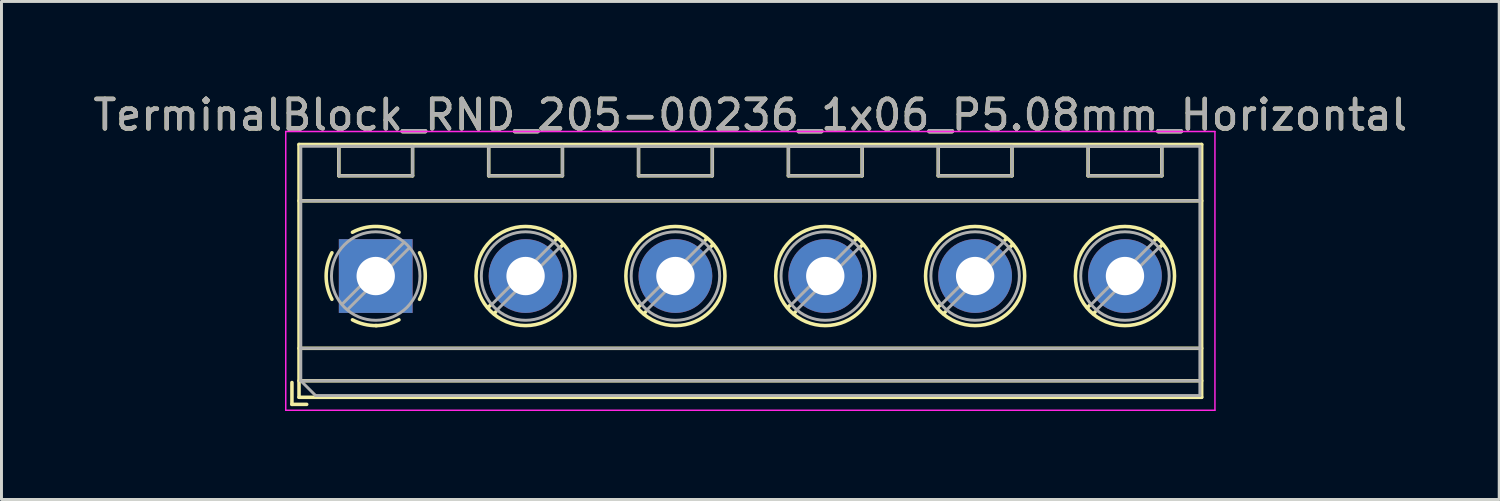
<source format=kicad_pcb>
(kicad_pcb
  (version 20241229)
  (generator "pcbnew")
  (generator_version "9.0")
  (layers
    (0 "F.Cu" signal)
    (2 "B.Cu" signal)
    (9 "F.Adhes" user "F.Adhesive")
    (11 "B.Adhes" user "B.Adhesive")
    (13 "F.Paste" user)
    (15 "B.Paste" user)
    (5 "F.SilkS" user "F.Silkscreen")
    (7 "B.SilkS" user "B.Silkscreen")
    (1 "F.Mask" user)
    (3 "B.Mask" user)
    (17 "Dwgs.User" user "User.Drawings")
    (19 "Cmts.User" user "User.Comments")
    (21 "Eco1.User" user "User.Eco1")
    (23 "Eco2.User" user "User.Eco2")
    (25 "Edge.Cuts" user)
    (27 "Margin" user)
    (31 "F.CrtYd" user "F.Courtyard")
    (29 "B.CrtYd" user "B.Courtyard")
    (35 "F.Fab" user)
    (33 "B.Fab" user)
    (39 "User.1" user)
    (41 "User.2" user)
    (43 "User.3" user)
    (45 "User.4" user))
  (footprint "TerminalBlock_RND_205-00236_1x06_P5.08mm_Horizontal"
    (layer "F.Cu")
    (at 9.687 6.308)
    (property "Reference" "TerminalBlock_RND_205-00236_1x06_P5.08mm_Horizontal" (at 12.7 -5.46 0) (layer "F.SilkS") (effects (font (size 1 1) (thickness 0.15))))
    (attr through_hole)
    (fp_line (start -2.84 3.61) (end -2.84 4.35) (stroke (width 0.12) (type solid)) (layer "F.SilkS"))
    (fp_line (start -2.84 4.35) (end -2.34 4.35) (stroke (width 0.12) (type solid)) (layer "F.SilkS"))
    (fp_line (start -2.6 -4.46) (end -2.6 4.11) (stroke (width 0.12) (type solid)) (layer "F.SilkS"))
    (fp_line (start -2.6 -4.46) (end 28 -4.46) (stroke (width 0.12) (type solid)) (layer "F.SilkS"))
    (fp_line (start -2.6 -2.55) (end 28 -2.55) (stroke (width 0.12) (type solid)) (layer "F.SilkS"))
    (fp_line (start -2.6 2.45) (end 28 2.45) (stroke (width 0.12) (type solid)) (layer "F.SilkS"))
    (fp_line (start -2.6 3.55) (end 28 3.55) (stroke (width 0.12) (type solid)) (layer "F.SilkS"))
    (fp_line (start -2.6 4.11) (end 28 4.11) (stroke (width 0.12) (type solid)) (layer "F.SilkS"))
    (fp_line (start -1.25 -4.4) (end -1.25 -3.4) (stroke (width 0.12) (type solid)) (layer "F.SilkS"))
    (fp_line (start -1.25 -4.4) (end 1.25 -4.4) (stroke (width 0.12) (type solid)) (layer "F.SilkS"))
    (fp_line (start -1.25 -3.4) (end 1.25 -3.4) (stroke (width 0.12) (type solid)) (layer "F.SilkS"))
    (fp_line (start 1.25 -4.4) (end 1.25 -3.4) (stroke (width 0.12) (type solid)) (layer "F.SilkS"))
    (fp_line (start 3.83 -4.4) (end 3.83 -3.4) (stroke (width 0.12) (type solid)) (layer "F.SilkS"))
    (fp_line (start 3.83 -4.4) (end 6.33 -4.4) (stroke (width 0.12) (type solid)) (layer "F.SilkS"))
    (fp_line (start 3.83 -3.4) (end 6.33 -3.4) (stroke (width 0.12) (type solid)) (layer "F.SilkS"))
    (fp_line (start 3.9 0.976) (end 3.806 1.069) (stroke (width 0.12) (type solid)) (layer "F.SilkS"))
    (fp_line (start 4.07 1.216) (end 4.011 1.274) (stroke (width 0.12) (type solid)) (layer "F.SilkS"))
    (fp_line (start 6.15 -1.275) (end 6.091 -1.216) (stroke (width 0.12) (type solid)) (layer "F.SilkS"))
    (fp_line (start 6.33 -4.4) (end 6.33 -3.4) (stroke (width 0.12) (type solid)) (layer "F.SilkS"))
    (fp_line (start 6.355 -1.069) (end 6.261 -0.976) (stroke (width 0.12) (type solid)) (layer "F.SilkS"))
    (fp_line (start 8.91 -4.4) (end 8.91 -3.4) (stroke (width 0.12) (type solid)) (layer "F.SilkS"))
    (fp_line (start 8.91 -4.4) (end 11.41 -4.4) (stroke (width 0.12) (type solid)) (layer "F.SilkS"))
    (fp_line (start 8.91 -3.4) (end 11.41 -3.4) (stroke (width 0.12) (type solid)) (layer "F.SilkS"))
    (fp_line (start 8.98 0.976) (end 8.886 1.069) (stroke (width 0.12) (type solid)) (layer "F.SilkS"))
    (fp_line (start 9.15 1.216) (end 9.091 1.274) (stroke (width 0.12) (type solid)) (layer "F.SilkS"))
    (fp_line (start 11.23 -1.275) (end 11.171 -1.216) (stroke (width 0.12) (type solid)) (layer "F.SilkS"))
    (fp_line (start 11.41 -4.4) (end 11.41 -3.4) (stroke (width 0.12) (type solid)) (layer "F.SilkS"))
    (fp_line (start 11.435 -1.069) (end 11.341 -0.976) (stroke (width 0.12) (type solid)) (layer "F.SilkS"))
    (fp_line (start 13.99 -4.4) (end 13.99 -3.4) (stroke (width 0.12) (type solid)) (layer "F.SilkS"))
    (fp_line (start 13.99 -4.4) (end 16.49 -4.4) (stroke (width 0.12) (type solid)) (layer "F.SilkS"))
    (fp_line (start 13.99 -3.4) (end 16.49 -3.4) (stroke (width 0.12) (type solid)) (layer "F.SilkS"))
    (fp_line (start 14.06 0.976) (end 13.966 1.069) (stroke (width 0.12) (type solid)) (layer "F.SilkS"))
    (fp_line (start 14.23 1.216) (end 14.171 1.274) (stroke (width 0.12) (type solid)) (layer "F.SilkS"))
    (fp_line (start 16.31 -1.275) (end 16.251 -1.216) (stroke (width 0.12) (type solid)) (layer "F.SilkS"))
    (fp_line (start 16.49 -4.4) (end 16.49 -3.4) (stroke (width 0.12) (type solid)) (layer "F.SilkS"))
    (fp_line (start 16.515 -1.069) (end 16.421 -0.976) (stroke (width 0.12) (type solid)) (layer "F.SilkS"))
    (fp_line (start 19.07 -4.4) (end 19.07 -3.4) (stroke (width 0.12) (type solid)) (layer "F.SilkS"))
    (fp_line (start 19.07 -4.4) (end 21.57 -4.4) (stroke (width 0.12) (type solid)) (layer "F.SilkS"))
    (fp_line (start 19.07 -3.4) (end 21.57 -3.4) (stroke (width 0.12) (type solid)) (layer "F.SilkS"))
    (fp_line (start 19.14 0.976) (end 19.046 1.069) (stroke (width 0.12) (type solid)) (layer "F.SilkS"))
    (fp_line (start 19.31 1.216) (end 19.251 1.274) (stroke (width 0.12) (type solid)) (layer "F.SilkS"))
    (fp_line (start 21.39 -1.275) (end 21.331 -1.216) (stroke (width 0.12) (type solid)) (layer "F.SilkS"))
    (fp_line (start 21.57 -4.4) (end 21.57 -3.4) (stroke (width 0.12) (type solid)) (layer "F.SilkS"))
    (fp_line (start 21.595 -1.069) (end 21.501 -0.976) (stroke (width 0.12) (type solid)) (layer "F.SilkS"))
    (fp_line (start 24.15 -4.4) (end 24.15 -3.4) (stroke (width 0.12) (type solid)) (layer "F.SilkS"))
    (fp_line (start 24.15 -4.4) (end 26.65 -4.4) (stroke (width 0.12) (type solid)) (layer "F.SilkS"))
    (fp_line (start 24.15 -3.4) (end 26.65 -3.4) (stroke (width 0.12) (type solid)) (layer "F.SilkS"))
    (fp_line (start 24.22 0.976) (end 24.126 1.069) (stroke (width 0.12) (type solid)) (layer "F.SilkS"))
    (fp_line (start 24.39 1.216) (end 24.331 1.274) (stroke (width 0.12) (type solid)) (layer "F.SilkS"))
    (fp_line (start 26.47 -1.275) (end 26.411 -1.216) (stroke (width 0.12) (type solid)) (layer "F.SilkS"))
    (fp_line (start 26.65 -4.4) (end 26.65 -3.4) (stroke (width 0.12) (type solid)) (layer "F.SilkS"))
    (fp_line (start 26.675 -1.069) (end 26.581 -0.976) (stroke (width 0.12) (type solid)) (layer "F.SilkS"))
    (fp_line (start 28 -4.46) (end 28 4.11) (stroke (width 0.12) (type solid)) (layer "F.SilkS"))
    (fp_arc (start -1.483953 0.789089) (mid -1.680708 0.00005) (end -1.484 -0.789) (stroke (width 0.12) (type solid)) (layer "F.SilkS"))
    (fp_arc (start -0.789089 -1.483953) (mid -0.00005 -1.680708) (end 0.789 -1.484) (stroke (width 0.12) (type solid)) (layer "F.SilkS"))
    (fp_arc (start 0.029383 1.68045) (mid -0.392304 1.634281) (end -0.789 1.484) (stroke (width 0.12) (type solid)) (layer "F.SilkS"))
    (fp_arc (start 0.788712 1.483352) (mid 0.406429 1.630097) (end 0 1.68) (stroke (width 0.12) (type solid)) (layer "F.SilkS"))
    (fp_arc (start 1.483953 -0.789089) (mid 1.680708 -0.00005) (end 1.484 0.789) (stroke (width 0.12) (type solid)) (layer "F.SilkS"))
    (fp_circle (center 5.08 0) (end 6.76 0) (stroke (width 0.12) (type solid)) (fill no) (layer "F.SilkS"))
    (fp_circle (center 10.16 0) (end 11.84 0) (stroke (width 0.12) (type solid)) (fill no) (layer "F.SilkS"))
    (fp_circle (center 15.24 0) (end 16.92 0) (stroke (width 0.12) (type solid)) (fill no) (layer "F.SilkS"))
    (fp_circle (center 20.32 0) (end 22 0) (stroke (width 0.12) (type solid)) (fill no) (layer "F.SilkS"))
    (fp_circle (center 25.4 0) (end 27.08 0) (stroke (width 0.12) (type solid)) (fill no) (layer "F.SilkS"))
    (fp_line (start -3.05 -4.9) (end -3.05 4.55) (stroke (width 0.05) (type solid)) (layer "F.CrtYd"))
    (fp_line (start -3.05 4.55) (end 28.45 4.55) (stroke (width 0.05) (type solid)) (layer "F.CrtYd"))
    (fp_line (start 28.45 -4.9) (end -3.05 -4.9) (stroke (width 0.05) (type solid)) (layer "F.CrtYd"))
    (fp_line (start 28.45 4.55) (end 28.45 -4.9) (stroke (width 0.05) (type solid)) (layer "F.CrtYd"))
    (fp_line (start -2.54 -4.4) (end 27.94 -4.4) (stroke (width 0.1) (type solid)) (layer "F.Fab"))
    (fp_line (start -2.54 -2.55) (end 27.94 -2.55) (stroke (width 0.1) (type solid)) (layer "F.Fab"))
    (fp_line (start -2.54 2.45) (end 27.94 2.45) (stroke (width 0.1) (type solid)) (layer "F.Fab"))
    (fp_line (start -2.54 3.55) (end -2.54 -4.4) (stroke (width 0.1) (type solid)) (layer "F.Fab"))
    (fp_line (start -2.54 3.55) (end 27.94 3.55) (stroke (width 0.1) (type solid)) (layer "F.Fab"))
    (fp_line (start -2.04 4.05) (end -2.54 3.55) (stroke (width 0.1) (type solid)) (layer "F.Fab"))
    (fp_line (start -1.25 -4.4) (end -1.25 -3.4) (stroke (width 0.1) (type solid)) (layer "F.Fab"))
    (fp_line (start -1.25 -3.4) (end 1.25 -3.4) (stroke (width 0.1) (type solid)) (layer "F.Fab"))
    (fp_line (start 0.955 -1.138) (end -1.138 0.955) (stroke (width 0.1) (type solid)) (layer "F.Fab"))
    (fp_line (start 1.138 -0.955) (end -0.955 1.138) (stroke (width 0.1) (type solid)) (layer "F.Fab"))
    (fp_line (start 1.25 -4.4) (end -1.25 -4.4) (stroke (width 0.1) (type solid)) (layer "F.Fab"))
    (fp_line (start 1.25 -3.4) (end 1.25 -4.4) (stroke (width 0.1) (type solid)) (layer "F.Fab"))
    (fp_line (start 3.83 -4.4) (end 3.83 -3.4) (stroke (width 0.1) (type solid)) (layer "F.Fab"))
    (fp_line (start 3.83 -3.4) (end 6.33 -3.4) (stroke (width 0.1) (type solid)) (layer "F.Fab"))
    (fp_line (start 6.035 -1.138) (end 3.943 0.955) (stroke (width 0.1) (type solid)) (layer "F.Fab"))
    (fp_line (start 6.218 -0.955) (end 4.126 1.138) (stroke (width 0.1) (type solid)) (layer "F.Fab"))
    (fp_line (start 6.33 -4.4) (end 3.83 -4.4) (stroke (width 0.1) (type solid)) (layer "F.Fab"))
    (fp_line (start 6.33 -3.4) (end 6.33 -4.4) (stroke (width 0.1) (type solid)) (layer "F.Fab"))
    (fp_line (start 8.91 -4.4) (end 8.91 -3.4) (stroke (width 0.1) (type solid)) (layer "F.Fab"))
    (fp_line (start 8.91 -3.4) (end 11.41 -3.4) (stroke (width 0.1) (type solid)) (layer "F.Fab"))
    (fp_line (start 11.115 -1.138) (end 9.023 0.955) (stroke (width 0.1) (type solid)) (layer "F.Fab"))
    (fp_line (start 11.298 -0.955) (end 9.206 1.138) (stroke (width 0.1) (type solid)) (layer "F.Fab"))
    (fp_line (start 11.41 -4.4) (end 8.91 -4.4) (stroke (width 0.1) (type solid)) (layer "F.Fab"))
    (fp_line (start 11.41 -3.4) (end 11.41 -4.4) (stroke (width 0.1) (type solid)) (layer "F.Fab"))
    (fp_line (start 13.99 -4.4) (end 13.99 -3.4) (stroke (width 0.1) (type solid)) (layer "F.Fab"))
    (fp_line (start 13.99 -3.4) (end 16.49 -3.4) (stroke (width 0.1) (type solid)) (layer "F.Fab"))
    (fp_line (start 16.195 -1.138) (end 14.103 0.955) (stroke (width 0.1) (type solid)) (layer "F.Fab"))
    (fp_line (start 16.378 -0.955) (end 14.286 1.138) (stroke (width 0.1) (type solid)) (layer "F.Fab"))
    (fp_line (start 16.49 -4.4) (end 13.99 -4.4) (stroke (width 0.1) (type solid)) (layer "F.Fab"))
    (fp_line (start 16.49 -3.4) (end 16.49 -4.4) (stroke (width 0.1) (type solid)) (layer "F.Fab"))
    (fp_line (start 19.07 -4.4) (end 19.07 -3.4) (stroke (width 0.1) (type solid)) (layer "F.Fab"))
    (fp_line (start 19.07 -3.4) (end 21.57 -3.4) (stroke (width 0.1) (type solid)) (layer "F.Fab"))
    (fp_line (start 21.275 -1.138) (end 19.183 0.955) (stroke (width 0.1) (type solid)) (layer "F.Fab"))
    (fp_line (start 21.458 -0.955) (end 19.366 1.138) (stroke (width 0.1) (type solid)) (layer "F.Fab"))
    (fp_line (start 21.57 -4.4) (end 19.07 -4.4) (stroke (width 0.1) (type solid)) (layer "F.Fab"))
    (fp_line (start 21.57 -3.4) (end 21.57 -4.4) (stroke (width 0.1) (type solid)) (layer "F.Fab"))
    (fp_line (start 24.15 -4.4) (end 24.15 -3.4) (stroke (width 0.1) (type solid)) (layer "F.Fab"))
    (fp_line (start 24.15 -3.4) (end 26.65 -3.4) (stroke (width 0.1) (type solid)) (layer "F.Fab"))
    (fp_line (start 26.355 -1.138) (end 24.263 0.955) (stroke (width 0.1) (type solid)) (layer "F.Fab"))
    (fp_line (start 26.538 -0.955) (end 24.446 1.138) (stroke (width 0.1) (type solid)) (layer "F.Fab"))
    (fp_line (start 26.65 -4.4) (end 24.15 -4.4) (stroke (width 0.1) (type solid)) (layer "F.Fab"))
    (fp_line (start 26.65 -3.4) (end 26.65 -4.4) (stroke (width 0.1) (type solid)) (layer "F.Fab"))
    (fp_line (start 27.94 -4.4) (end 27.94 4.05) (stroke (width 0.1) (type solid)) (layer "F.Fab"))
    (fp_line (start 27.94 4.05) (end -2.04 4.05) (stroke (width 0.1) (type solid)) (layer "F.Fab"))
    (fp_circle (center 0 0) (end 1.5 0) (stroke (width 0.1) (type solid)) (fill no) (layer "F.Fab"))
    (fp_circle (center 5.08 0) (end 6.58 0) (stroke (width 0.1) (type solid)) (fill no) (layer "F.Fab"))
    (fp_circle (center 10.16 0) (end 11.66 0) (stroke (width 0.1) (type solid)) (fill no) (layer "F.Fab"))
    (fp_circle (center 15.24 0) (end 16.74 0) (stroke (width 0.1) (type solid)) (fill no) (layer "F.Fab"))
    (fp_circle (center 20.32 0) (end 21.82 0) (stroke (width 0.1) (type solid)) (fill no) (layer "F.Fab"))
    (fp_circle (center 25.4 0) (end 26.9 0) (stroke (width 0.1) (type solid)) (fill no) (layer "F.Fab"))
    (fp_text user "${REFERENCE}" (at 12.7 -5.46 0) (layer "F.Fab") (effects (font (size 1 1) (thickness 0.15))))
    (pad "1" thru_hole rect (at 0 0) (size 2.5 2.5) (drill 1.3) (layers "*.Cu" "*.Mask"))
    (pad "2" thru_hole circle (at 5.08 0) (size 2.5 2.5) (drill 1.3) (layers "*.Cu" "*.Mask"))
    (pad "3" thru_hole circle (at 10.16 0) (size 2.5 2.5) (drill 1.3) (layers "*.Cu" "*.Mask"))
    (pad "4" thru_hole circle (at 15.24 0) (size 2.5 2.5) (drill 1.3) (layers "*.Cu" "*.Mask"))
    (pad "5" thru_hole circle (at 20.32 0) (size 2.5 2.5) (drill 1.3) (layers "*.Cu" "*.Mask"))
    (pad "6" thru_hole circle (at 25.4 0) (size 2.5 2.5) (drill 1.3) (layers "*.Cu" "*.Mask")))
  (gr_rect
    (start -3 -3)
    (end 47.774 13.883)
    (stroke (width 0.1) (type default))
    (fill no)
    (layer "Edge.Cuts")))
</source>
